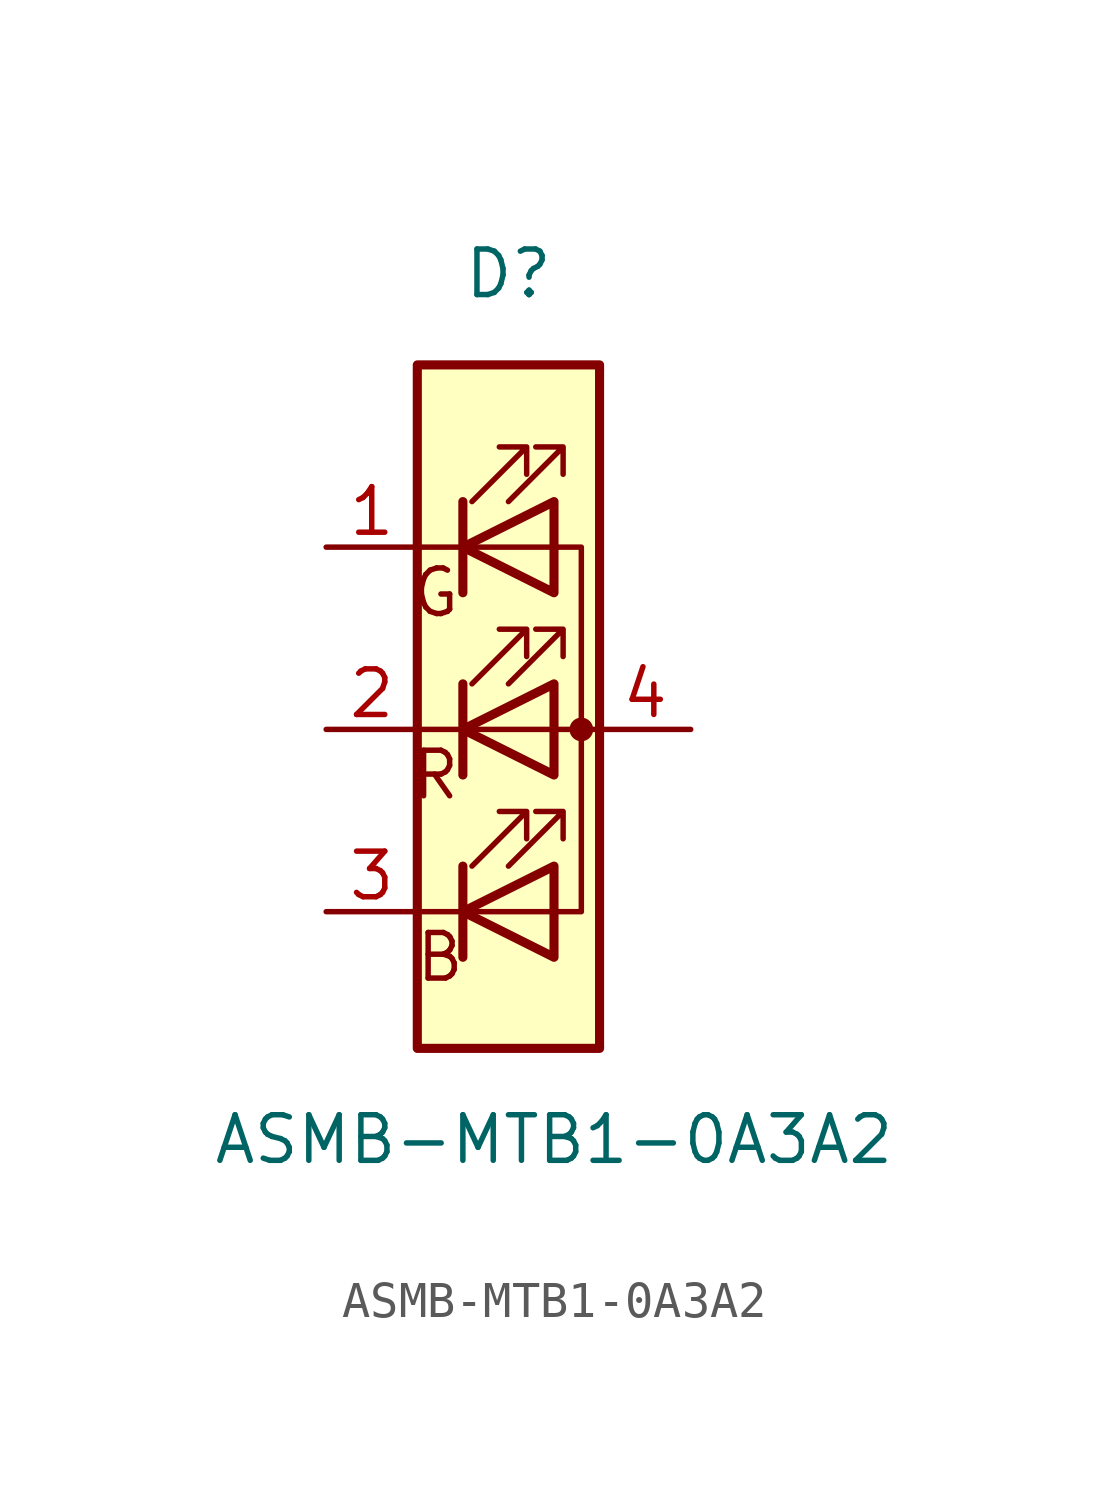
<source format=kicad_sym>
(kicad_symbol_lib
  (version 20241209)
  (generator "kicad_symbol_editor")
  (generator_version "9.0")
  (symbol "ASMB-MTB1-0A3A2"
    (pin_names
      (offset 0)
      (hide yes))
    (property "Reference" "D"
      (at 0 12.7 0)
      (effects (font (size 1.27 1.27))))
    (property "Value" "ASMB-MTB1-0A3A2"
      (at 1.27 -11.43 0)
      (effects (font (size 1.27 1.27))))
    (symbol "ASMB-MTB1-0A3A2_0_0"
      (text "G" (at -2.032 3.81 0) (effects (font (size 1.27 1.27))))
      (text "R" (at -2.032 -1.27 0) (effects (font (size 1.27 1.27))))
      (text "B" (at -1.905 -6.35 0) (effects (font (size 1.27 1.27)))))
    (symbol "ASMB-MTB1-0A3A2_0_1"
      (rectangle (start -2.54 10.16) (end 2.54 -8.89) (stroke (width 0.254) (type default)) (fill (type background)))
      (polyline (pts (xy -2.54 -5.08) (xy 1.27 -5.08)) (stroke (width 0) (type default)) (fill (type none)))
      (polyline (pts (xy -1.27 6.35) (xy -1.27 3.81)) (stroke (width 0.254) (type default)) (fill (type none)))
      (polyline (pts (xy -1.27 1.27) (xy -1.27 -1.27)) (stroke (width 0.254) (type default)) (fill (type none)))
      (polyline (pts (xy -1.27 -3.81) (xy -1.27 -6.35)) (stroke (width 0.254) (type default)) (fill (type none)))
      (polyline (pts (xy -1.016 6.35) (xy 0.508 7.874) (xy -0.254 7.874) (xy 0.508 7.874) (xy 0.508 7.112)) (stroke (width 0) (type default)) (fill (type none)))
      (polyline (pts (xy -1.016 1.27) (xy 0.508 2.794) (xy -0.254 2.794) (xy 0.508 2.794) (xy 0.508 2.032)) (stroke (width 0) (type default)) (fill (type none)))
      (polyline (pts (xy -1.016 -3.81) (xy 0.508 -2.286) (xy -0.254 -2.286) (xy 0.508 -2.286) (xy 0.508 -3.048)) (stroke (width 0) (type default)) (fill (type none)))
      (polyline (pts (xy 0 6.35) (xy 1.524 7.874) (xy 0.762 7.874) (xy 1.524 7.874) (xy 1.524 7.112)) (stroke (width 0) (type default)) (fill (type none)))
      (polyline (pts (xy 0 1.27) (xy 1.524 2.794) (xy 0.762 2.794) (xy 1.524 2.794) (xy 1.524 2.032)) (stroke (width 0) (type default)) (fill (type none)))
      (polyline (pts (xy 0 -3.81) (xy 1.524 -2.286) (xy 0.762 -2.286) (xy 1.524 -2.286) (xy 1.524 -3.048)) (stroke (width 0) (type default)) (fill (type none)))
      (polyline (pts (xy 1.27 6.35) (xy 1.27 3.81) (xy -1.27 5.08) (xy 1.27 6.35)) (stroke (width 0.254) (type default)) (fill (type none)))
      (rectangle (start 1.27 6.35) (end 1.27 6.35) (stroke (width 0) (type default)) (fill (type none)))
      (polyline (pts (xy 1.27 5.08) (xy -2.54 5.08)) (stroke (width 0) (type default)) (fill (type none)))
      (polyline (pts (xy 1.27 1.27) (xy 1.27 -1.27) (xy -1.27 0) (xy 1.27 1.27)) (stroke (width 0.254) (type default)) (fill (type none)))
      (polyline (pts (xy 1.27 -3.81) (xy 1.27 -6.35) (xy -1.27 -5.08) (xy 1.27 -3.81)) (stroke (width 0.254) (type default)) (fill (type none)))
      (polyline (pts (xy 1.27 -5.08) (xy 2.032 -5.08) (xy 2.032 5.08) (xy 1.27 5.08)) (stroke (width 0) (type default)) (fill (type none)))
      (circle (center 2.032 0) (radius 0.254) (stroke (width 0) (type default)) (fill (type outline)))
      (polyline (pts (xy 2.54 0) (xy -2.54 0)) (stroke (width 0) (type default)) (fill (type none))))
    (symbol "ASMB-MTB1-0A3A2_1_1"
      (pin passive line (at -5.08 5.08 0) (length 2.54) (name "RK" (effects (font (size 1.27 1.27)))) (number "1" (effects (font (size 1.27 1.27)))))
      (pin passive line (at -5.08 0 0) (length 2.54) (name "GK" (effects (font (size 1.27 1.27)))) (number "2" (effects (font (size 1.27 1.27)))))
      (pin passive line (at -5.08 -5.08 0) (length 2.54) (name "BK" (effects (font (size 1.27 1.27)))) (number "3" (effects (font (size 1.27 1.27)))))
      (pin passive line (at 5.08 0 180) (length 2.54) (name "A" (effects (font (size 1.27 1.27)))) (number "4" (effects (font (size 1.27 1.27))))))))
</source>
